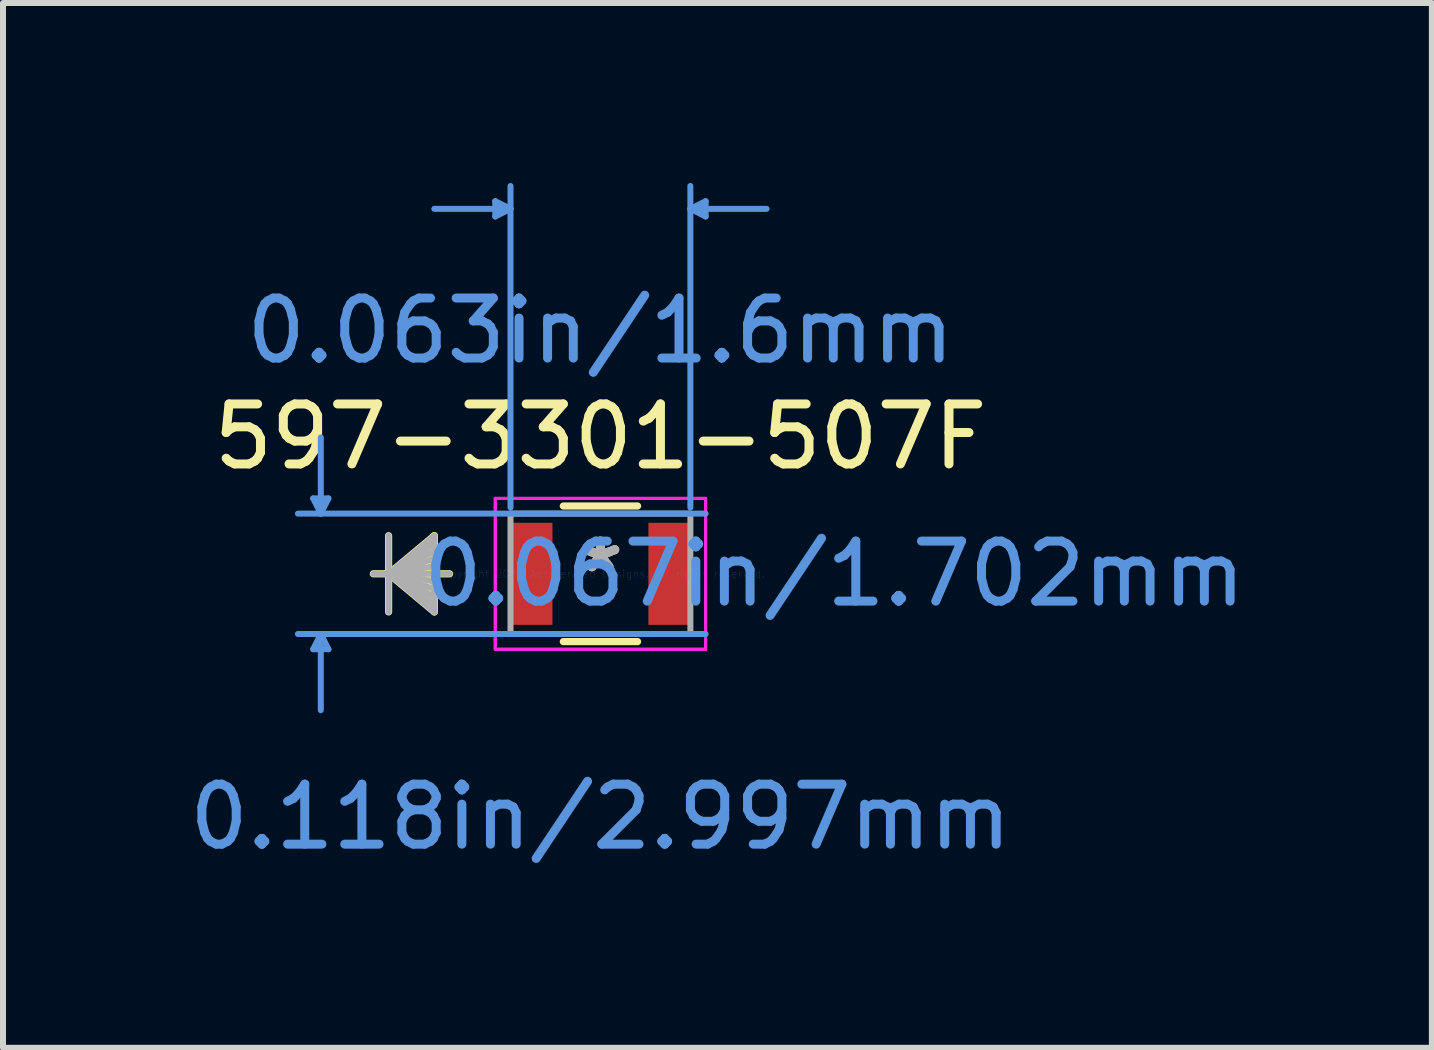
<source format=kicad_pcb>
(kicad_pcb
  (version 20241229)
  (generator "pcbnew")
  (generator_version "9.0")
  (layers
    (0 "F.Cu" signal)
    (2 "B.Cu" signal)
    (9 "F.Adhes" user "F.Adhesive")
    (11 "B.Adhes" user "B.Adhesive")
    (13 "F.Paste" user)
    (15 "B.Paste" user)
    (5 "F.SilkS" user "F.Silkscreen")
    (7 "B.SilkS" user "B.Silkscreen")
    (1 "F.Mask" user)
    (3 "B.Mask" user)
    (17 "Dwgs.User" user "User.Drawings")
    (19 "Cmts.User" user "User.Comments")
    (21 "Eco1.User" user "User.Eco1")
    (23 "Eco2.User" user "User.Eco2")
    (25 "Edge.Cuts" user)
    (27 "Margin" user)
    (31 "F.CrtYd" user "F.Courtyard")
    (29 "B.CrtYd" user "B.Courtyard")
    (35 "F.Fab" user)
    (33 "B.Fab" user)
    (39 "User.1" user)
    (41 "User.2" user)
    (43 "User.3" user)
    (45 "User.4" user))
  (footprint "597-3301-507F"
    (layer "F.Cu")
    (at 6.958 6.514)
    (property "Reference" "597-3301-507F" (at 0 -2.286 0) (layer "F.SilkS") (effects (font (size 1 1) (thickness 0.15))))
    (attr through_hole)
    (fp_line (start -3.531 -0.635) (end -3.531 0.635) (stroke (width 0.12) (type solid)) (layer "F.SilkS"))
    (fp_line (start -3.531 0) (end -2.769 -0.635) (stroke (width 0.12) (type solid)) (layer "F.SilkS"))
    (fp_line (start -3.531 0) (end -2.769 -0.508) (stroke (width 0.12) (type solid)) (layer "F.SilkS"))
    (fp_line (start -3.531 0) (end -2.769 -0.381) (stroke (width 0.12) (type solid)) (layer "F.SilkS"))
    (fp_line (start -3.531 0) (end -2.769 -0.254) (stroke (width 0.12) (type solid)) (layer "F.SilkS"))
    (fp_line (start -3.531 0) (end -2.769 -0.127) (stroke (width 0.12) (type solid)) (layer "F.SilkS"))
    (fp_line (start -3.531 0) (end -2.769 0.127) (stroke (width 0.12) (type solid)) (layer "F.SilkS"))
    (fp_line (start -3.531 0) (end -2.769 0.254) (stroke (width 0.12) (type solid)) (layer "F.SilkS"))
    (fp_line (start -3.531 0) (end -2.769 0.381) (stroke (width 0.12) (type solid)) (layer "F.SilkS"))
    (fp_line (start -3.531 0) (end -2.769 0.508) (stroke (width 0.12) (type solid)) (layer "F.SilkS"))
    (fp_line (start -3.531 0) (end -2.769 0.635) (stroke (width 0.12) (type solid)) (layer "F.SilkS"))
    (fp_line (start -2.769 -0.635) (end -2.769 0.635) (stroke (width 0.12) (type solid)) (layer "F.SilkS"))
    (fp_line (start -2.515 0) (end -3.785 0) (stroke (width 0.12) (type solid)) (layer "F.SilkS"))
    (fp_line (start -0.619 1.13) (end 0.619 1.13) (stroke (width 0.12) (type solid)) (layer "F.SilkS"))
    (fp_line (start 0.619 -1.13) (end -0.619 -1.13) (stroke (width 0.12) (type solid)) (layer "F.SilkS"))
    (fp_line (start -4.788 -1.257) (end -4.534 -1.257) (stroke (width 0.1) (type solid)) (layer "Cmts.User"))
    (fp_line (start -4.788 1.257) (end -4.534 1.257) (stroke (width 0.1) (type solid)) (layer "Cmts.User"))
    (fp_line (start -4.661 -1.003) (end -4.788 -1.257) (stroke (width 0.1) (type solid)) (layer "Cmts.User"))
    (fp_line (start -4.661 -1.003) (end -4.661 -2.273) (stroke (width 0.1) (type solid)) (layer "Cmts.User"))
    (fp_line (start -4.661 -1.003) (end -4.534 -1.257) (stroke (width 0.1) (type solid)) (layer "Cmts.User"))
    (fp_line (start -4.661 1.003) (end -4.788 1.257) (stroke (width 0.1) (type solid)) (layer "Cmts.User"))
    (fp_line (start -4.661 1.003) (end -4.661 2.273) (stroke (width 0.1) (type solid)) (layer "Cmts.User"))
    (fp_line (start -4.661 1.003) (end -4.534 1.257) (stroke (width 0.1) (type solid)) (layer "Cmts.User"))
    (fp_line (start -1.753 -6.21) (end -1.753 -5.956) (stroke (width 0.1) (type solid)) (layer "Cmts.User"))
    (fp_line (start -1.499 -6.083) (end -2.769 -6.083) (stroke (width 0.1) (type solid)) (layer "Cmts.User"))
    (fp_line (start -1.499 -6.083) (end -1.753 -6.21) (stroke (width 0.1) (type solid)) (layer "Cmts.User"))
    (fp_line (start -1.499 -6.083) (end -1.753 -5.956) (stroke (width 0.1) (type solid)) (layer "Cmts.User"))
    (fp_line (start -1.499 -1.105) (end -1.499 -6.464) (stroke (width 0.1) (type solid)) (layer "Cmts.User"))
    (fp_line (start 1.499 -6.083) (end 1.753 -6.21) (stroke (width 0.1) (type solid)) (layer "Cmts.User"))
    (fp_line (start 1.499 -6.083) (end 1.753 -5.956) (stroke (width 0.1) (type solid)) (layer "Cmts.User"))
    (fp_line (start 1.499 -6.083) (end 2.769 -6.083) (stroke (width 0.1) (type solid)) (layer "Cmts.User"))
    (fp_line (start 1.499 -1.105) (end 1.499 -6.464) (stroke (width 0.1) (type solid)) (layer "Cmts.User"))
    (fp_line (start 1.753 -6.21) (end 1.753 -5.956) (stroke (width 0.1) (type solid)) (layer "Cmts.User"))
    (fp_line (start 1.753 -1.003) (end -5.042 -1.003) (stroke (width 0.1) (type solid)) (layer "Cmts.User"))
    (fp_line (start 1.753 1.003) (end -5.042 1.003) (stroke (width 0.1) (type solid)) (layer "Cmts.User"))
    (fp_line (start -1.753 -1.257) (end 1.753 -1.257) (stroke (width 0.05) (type solid)) (layer "F.CrtYd"))
    (fp_line (start -1.753 -1.257) (end 1.753 -1.257) (stroke (width 0.05) (type solid)) (layer "F.CrtYd"))
    (fp_line (start -1.753 -1.105) (end -1.753 -1.257) (stroke (width 0.05) (type solid)) (layer "F.CrtYd"))
    (fp_line (start -1.753 -1.105) (end -1.753 -1.257) (stroke (width 0.05) (type solid)) (layer "F.CrtYd"))
    (fp_line (start -1.753 -1.105) (end -1.753 -1.105) (stroke (width 0.05) (type solid)) (layer "F.CrtYd"))
    (fp_line (start -1.753 -1.105) (end -1.753 -1.105) (stroke (width 0.05) (type solid)) (layer "F.CrtYd"))
    (fp_line (start -1.753 1.105) (end -1.753 -1.105) (stroke (width 0.05) (type solid)) (layer "F.CrtYd"))
    (fp_line (start -1.753 1.105) (end -1.753 -1.105) (stroke (width 0.05) (type solid)) (layer "F.CrtYd"))
    (fp_line (start -1.753 1.105) (end -1.753 1.105) (stroke (width 0.05) (type solid)) (layer "F.CrtYd"))
    (fp_line (start -1.753 1.105) (end -1.753 1.105) (stroke (width 0.05) (type solid)) (layer "F.CrtYd"))
    (fp_line (start -1.753 1.257) (end -1.753 1.105) (stroke (width 0.05) (type solid)) (layer "F.CrtYd"))
    (fp_line (start -1.753 1.257) (end -1.753 1.105) (stroke (width 0.05) (type solid)) (layer "F.CrtYd"))
    (fp_line (start 1.753 -1.257) (end 1.753 -1.105) (stroke (width 0.05) (type solid)) (layer "F.CrtYd"))
    (fp_line (start 1.753 -1.257) (end 1.753 -1.105) (stroke (width 0.05) (type solid)) (layer "F.CrtYd"))
    (fp_line (start 1.753 -1.105) (end 1.753 -1.105) (stroke (width 0.05) (type solid)) (layer "F.CrtYd"))
    (fp_line (start 1.753 -1.105) (end 1.753 -1.105) (stroke (width 0.05) (type solid)) (layer "F.CrtYd"))
    (fp_line (start 1.753 -1.105) (end 1.753 1.105) (stroke (width 0.05) (type solid)) (layer "F.CrtYd"))
    (fp_line (start 1.753 -1.105) (end 1.753 1.105) (stroke (width 0.05) (type solid)) (layer "F.CrtYd"))
    (fp_line (start 1.753 1.105) (end 1.753 1.105) (stroke (width 0.05) (type solid)) (layer "F.CrtYd"))
    (fp_line (start 1.753 1.105) (end 1.753 1.105) (stroke (width 0.05) (type solid)) (layer "F.CrtYd"))
    (fp_line (start 1.753 1.105) (end 1.753 1.257) (stroke (width 0.05) (type solid)) (layer "F.CrtYd"))
    (fp_line (start 1.753 1.105) (end 1.753 1.257) (stroke (width 0.05) (type solid)) (layer "F.CrtYd"))
    (fp_line (start 1.753 1.257) (end -1.753 1.257) (stroke (width 0.05) (type solid)) (layer "F.CrtYd"))
    (fp_line (start 1.753 1.257) (end -1.753 1.257) (stroke (width 0.05) (type solid)) (layer "F.CrtYd"))
    (fp_line (start -3.531 -0.635) (end -3.531 0.635) (stroke (width 0.1) (type solid)) (layer "F.Fab"))
    (fp_line (start -3.531 0) (end -2.769 -0.635) (stroke (width 0.1) (type solid)) (layer "F.Fab"))
    (fp_line (start -3.531 0) (end -2.769 -0.508) (stroke (width 0.1) (type solid)) (layer "F.Fab"))
    (fp_line (start -3.531 0) (end -2.769 -0.381) (stroke (width 0.1) (type solid)) (layer "F.Fab"))
    (fp_line (start -3.531 0) (end -2.769 -0.254) (stroke (width 0.1) (type solid)) (layer "F.Fab"))
    (fp_line (start -3.531 0) (end -2.769 -0.127) (stroke (width 0.1) (type solid)) (layer "F.Fab"))
    (fp_line (start -3.531 0) (end -2.769 0.127) (stroke (width 0.1) (type solid)) (layer "F.Fab"))
    (fp_line (start -3.531 0) (end -2.769 0.254) (stroke (width 0.1) (type solid)) (layer "F.Fab"))
    (fp_line (start -3.531 0) (end -2.769 0.381) (stroke (width 0.1) (type solid)) (layer "F.Fab"))
    (fp_line (start -3.531 0) (end -2.769 0.508) (stroke (width 0.1) (type solid)) (layer "F.Fab"))
    (fp_line (start -3.531 0) (end -2.769 0.635) (stroke (width 0.1) (type solid)) (layer "F.Fab"))
    (fp_line (start -2.769 -0.635) (end -2.769 0.635) (stroke (width 0.1) (type solid)) (layer "F.Fab"))
    (fp_line (start -2.515 0) (end -3.785 0) (stroke (width 0.1) (type solid)) (layer "F.Fab"))
    (fp_line (start -1.499 -1.003) (end -1.499 1.003) (stroke (width 0.1) (type solid)) (layer "F.Fab"))
    (fp_line (start -1.499 1.003) (end 1.499 1.003) (stroke (width 0.1) (type solid)) (layer "F.Fab"))
    (fp_line (start 1.499 -1.003) (end -1.499 -1.003) (stroke (width 0.1) (type solid)) (layer "F.Fab"))
    (fp_line (start 1.499 1.003) (end 1.499 -1.003) (stroke (width 0.1) (type solid)) (layer "F.Fab"))
    (fp_text user "*" (at 0 0 0) (layer "F.SilkS") (effects (font (size 1 1) (thickness 0.15))))
    (fp_text user "0.067in/1.702mm" (at 3.899 0 0) (layer "Cmts.User") (effects (font (size 1 1) (thickness 0.15))))
    (fp_text user "0.063in/1.6mm" (at 0 -4.051 0) (layer "Cmts.User") (effects (font (size 1 1) (thickness 0.15))))
    (fp_text user "Copyright 2021 Accelerated Designs. All rights reserved." (at 0 0 0) (layer "Cmts.User") (effects (font (size 0.127 0.127) (thickness 0.002))))
    (fp_text user "0.118in/2.997mm" (at 0 4.051 0) (layer "Cmts.User") (effects (font (size 1 1) (thickness 0.15))))
    (fp_text user "*" (at 0 0 0) (layer "F.Fab") (effects (font (size 1 1) (thickness 0.15))))
    (pad "1" smd rect (at -1.149 0) (size 0.699 1.702) (layers "F.Cu" "F.Mask" "F.Paste"))
    (pad "2" smd rect (at 1.149 0) (size 0.699 1.702) (layers "F.Cu" "F.Mask" "F.Paste")))
  (gr_rect
    (start -3 -3)
    (end 20.816 14.414)
    (stroke (width 0.1) (type default))
    (fill no)
    (layer "Edge.Cuts")))
</source>
